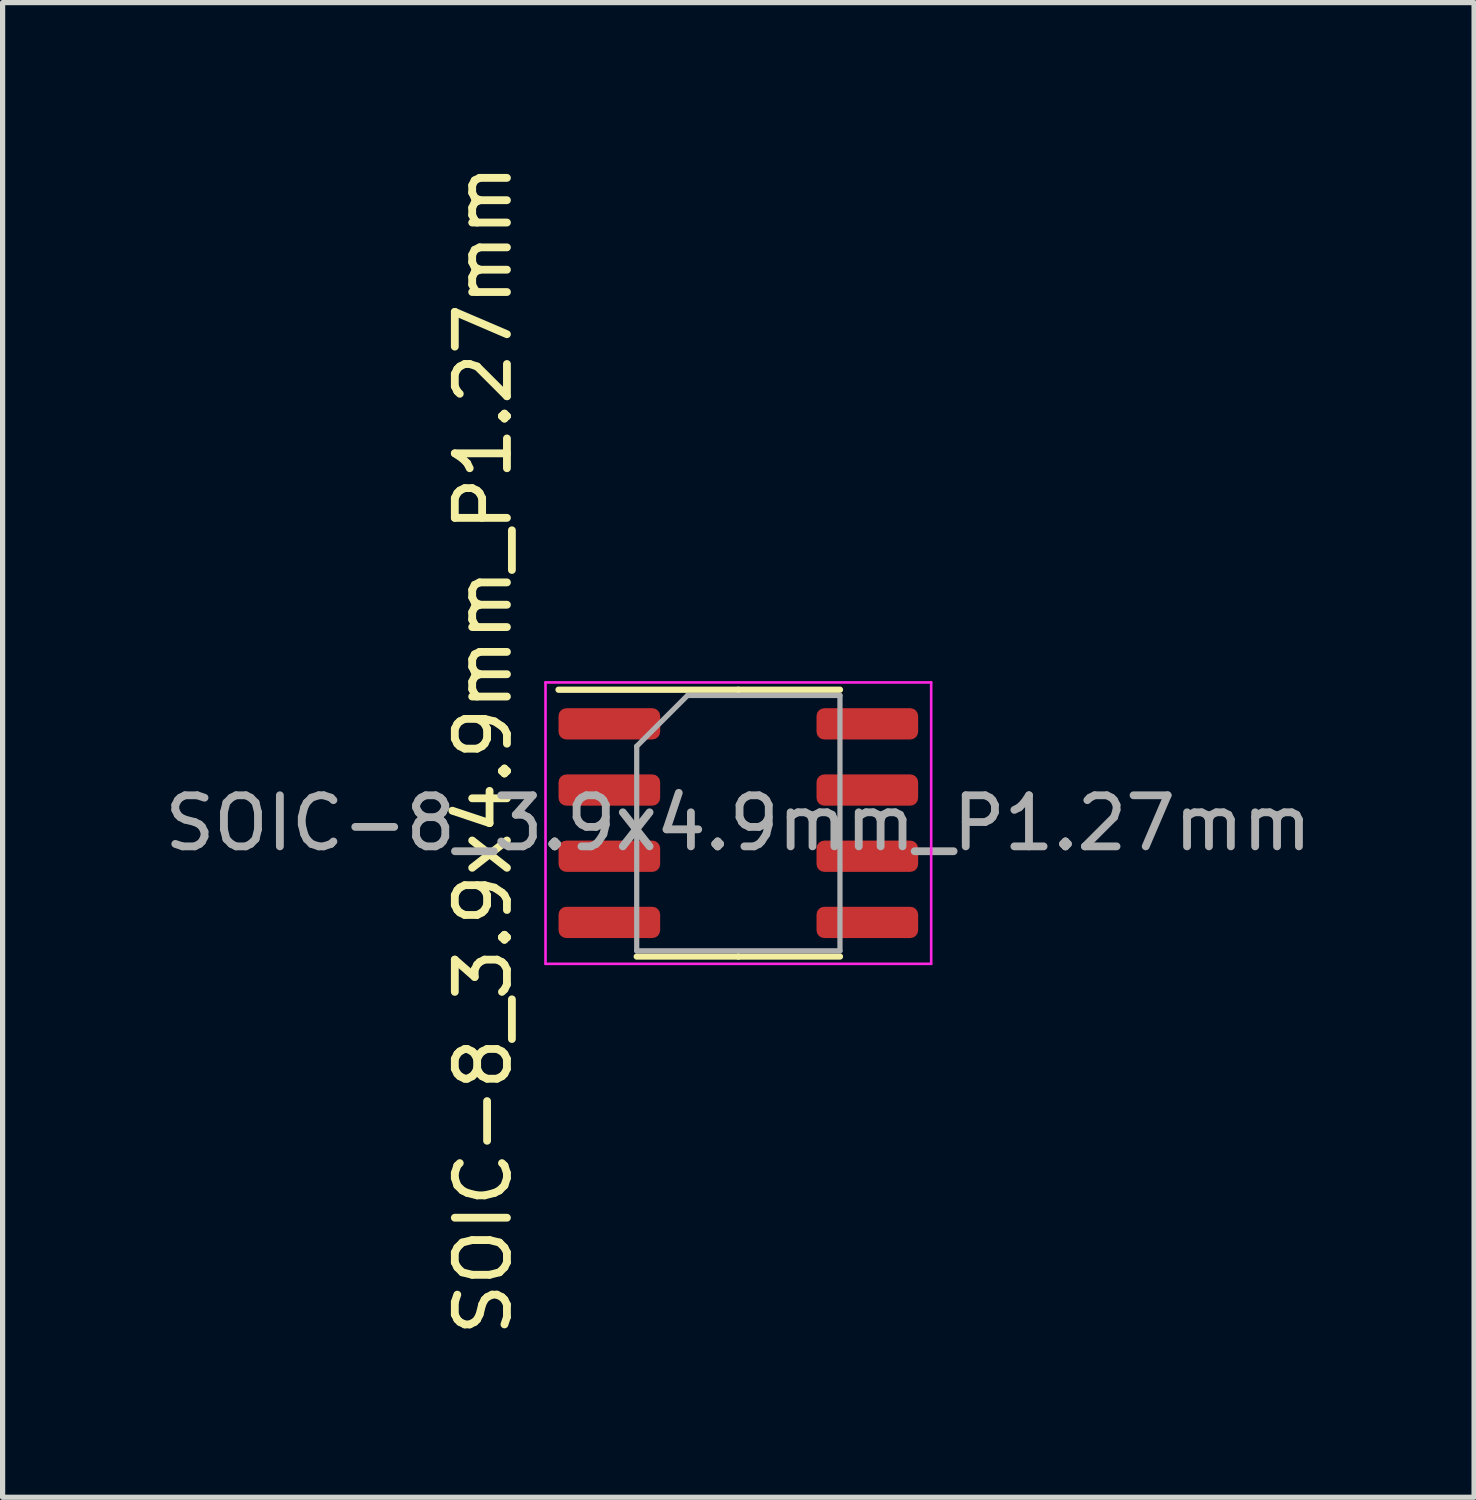
<source format=kicad_pcb>
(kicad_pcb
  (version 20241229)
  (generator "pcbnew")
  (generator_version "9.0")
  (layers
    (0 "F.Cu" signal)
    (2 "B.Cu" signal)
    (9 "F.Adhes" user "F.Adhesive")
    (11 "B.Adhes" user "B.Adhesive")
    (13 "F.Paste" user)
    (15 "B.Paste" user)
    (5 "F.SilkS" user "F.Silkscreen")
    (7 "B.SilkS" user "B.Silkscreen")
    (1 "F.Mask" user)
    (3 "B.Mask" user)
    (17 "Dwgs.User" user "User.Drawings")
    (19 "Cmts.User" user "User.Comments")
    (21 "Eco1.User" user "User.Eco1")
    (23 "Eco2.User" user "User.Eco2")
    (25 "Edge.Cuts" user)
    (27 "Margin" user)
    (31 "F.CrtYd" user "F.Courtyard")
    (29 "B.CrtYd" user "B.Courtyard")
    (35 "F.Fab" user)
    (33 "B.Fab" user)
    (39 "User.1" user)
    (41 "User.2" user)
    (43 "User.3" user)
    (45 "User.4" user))
  (footprint "SOIC-8_3.9x4.9mm_P1.27mm"
    (layer "F.Cu")
    (at 11.117 12.744)
    (property "Reference" "SOIC-8_3.9x4.9mm_P1.27mm" (at -4.895 -1.405 90) (layer "F.SilkS") (effects (font (size 1 1) (thickness 0.15))))
    (attr smd)
    (fp_line (start 0 -2.56) (end -3.45 -2.56) (stroke (width 0.12) (type solid)) (layer "F.SilkS"))
    (fp_line (start 0 -2.56) (end 1.95 -2.56) (stroke (width 0.12) (type solid)) (layer "F.SilkS"))
    (fp_line (start 0 2.56) (end -1.95 2.56) (stroke (width 0.12) (type solid)) (layer "F.SilkS"))
    (fp_line (start 0 2.56) (end 1.95 2.56) (stroke (width 0.12) (type solid)) (layer "F.SilkS"))
    (fp_line (start -3.7 -2.7) (end -3.7 2.7) (stroke (width 0.05) (type solid)) (layer "F.CrtYd"))
    (fp_line (start -3.7 2.7) (end 3.7 2.7) (stroke (width 0.05) (type solid)) (layer "F.CrtYd"))
    (fp_line (start 3.7 -2.7) (end -3.7 -2.7) (stroke (width 0.05) (type solid)) (layer "F.CrtYd"))
    (fp_line (start 3.7 2.7) (end 3.7 -2.7) (stroke (width 0.05) (type solid)) (layer "F.CrtYd"))
    (fp_line (start -1.95 -1.475) (end -0.975 -2.45) (stroke (width 0.1) (type solid)) (layer "F.Fab"))
    (fp_line (start -1.95 2.45) (end -1.95 -1.475) (stroke (width 0.1) (type solid)) (layer "F.Fab"))
    (fp_line (start -0.975 -2.45) (end 1.95 -2.45) (stroke (width 0.1) (type solid)) (layer "F.Fab"))
    (fp_line (start 1.95 -2.45) (end 1.95 2.45) (stroke (width 0.1) (type solid)) (layer "F.Fab"))
    (fp_line (start 1.95 2.45) (end -1.95 2.45) (stroke (width 0.1) (type solid)) (layer "F.Fab"))
    (fp_text user "${REFERENCE}" (at 0 0 0) (layer "F.Fab") (effects (font (size 0.98 0.98) (thickness 0.15))))
    (pad "1" smd roundrect (at -2.475 -1.905 180) (size 1.95 0.6) (layers "F.Cu" "F.Mask" "F.Paste") (roundrect_rratio 0.25))
    (pad "2" smd roundrect (at -2.475 -0.635 180) (size 1.95 0.6) (layers "F.Cu" "F.Mask" "F.Paste") (roundrect_rratio 0.25))
    (pad "3" smd roundrect (at -2.475 0.635 180) (size 1.95 0.6) (layers "F.Cu" "F.Mask" "F.Paste") (roundrect_rratio 0.25))
    (pad "4" smd roundrect (at -2.475 1.905 180) (size 1.95 0.6) (layers "F.Cu" "F.Mask" "F.Paste") (roundrect_rratio 0.25))
    (pad "5" smd roundrect (at 2.475 1.905 180) (size 1.95 0.6) (layers "F.Cu" "F.Mask" "F.Paste") (roundrect_rratio 0.25))
    (pad "6" smd roundrect (at 2.475 0.635 180) (size 1.95 0.6) (layers "F.Cu" "F.Mask" "F.Paste") (roundrect_rratio 0.25))
    (pad "7" smd roundrect (at 2.475 -0.635 180) (size 1.95 0.6) (layers "F.Cu" "F.Mask" "F.Paste") (roundrect_rratio 0.25))
    (pad "8" smd roundrect (at 2.475 -1.905 180) (size 1.95 0.6) (layers "F.Cu" "F.Mask" "F.Paste") (roundrect_rratio 0.25)))
  (gr_rect
    (start -3 -3)
    (end 25.234 25.679)
    (stroke (width 0.1) (type default))
    (fill no)
    (layer "Edge.Cuts")))
</source>
